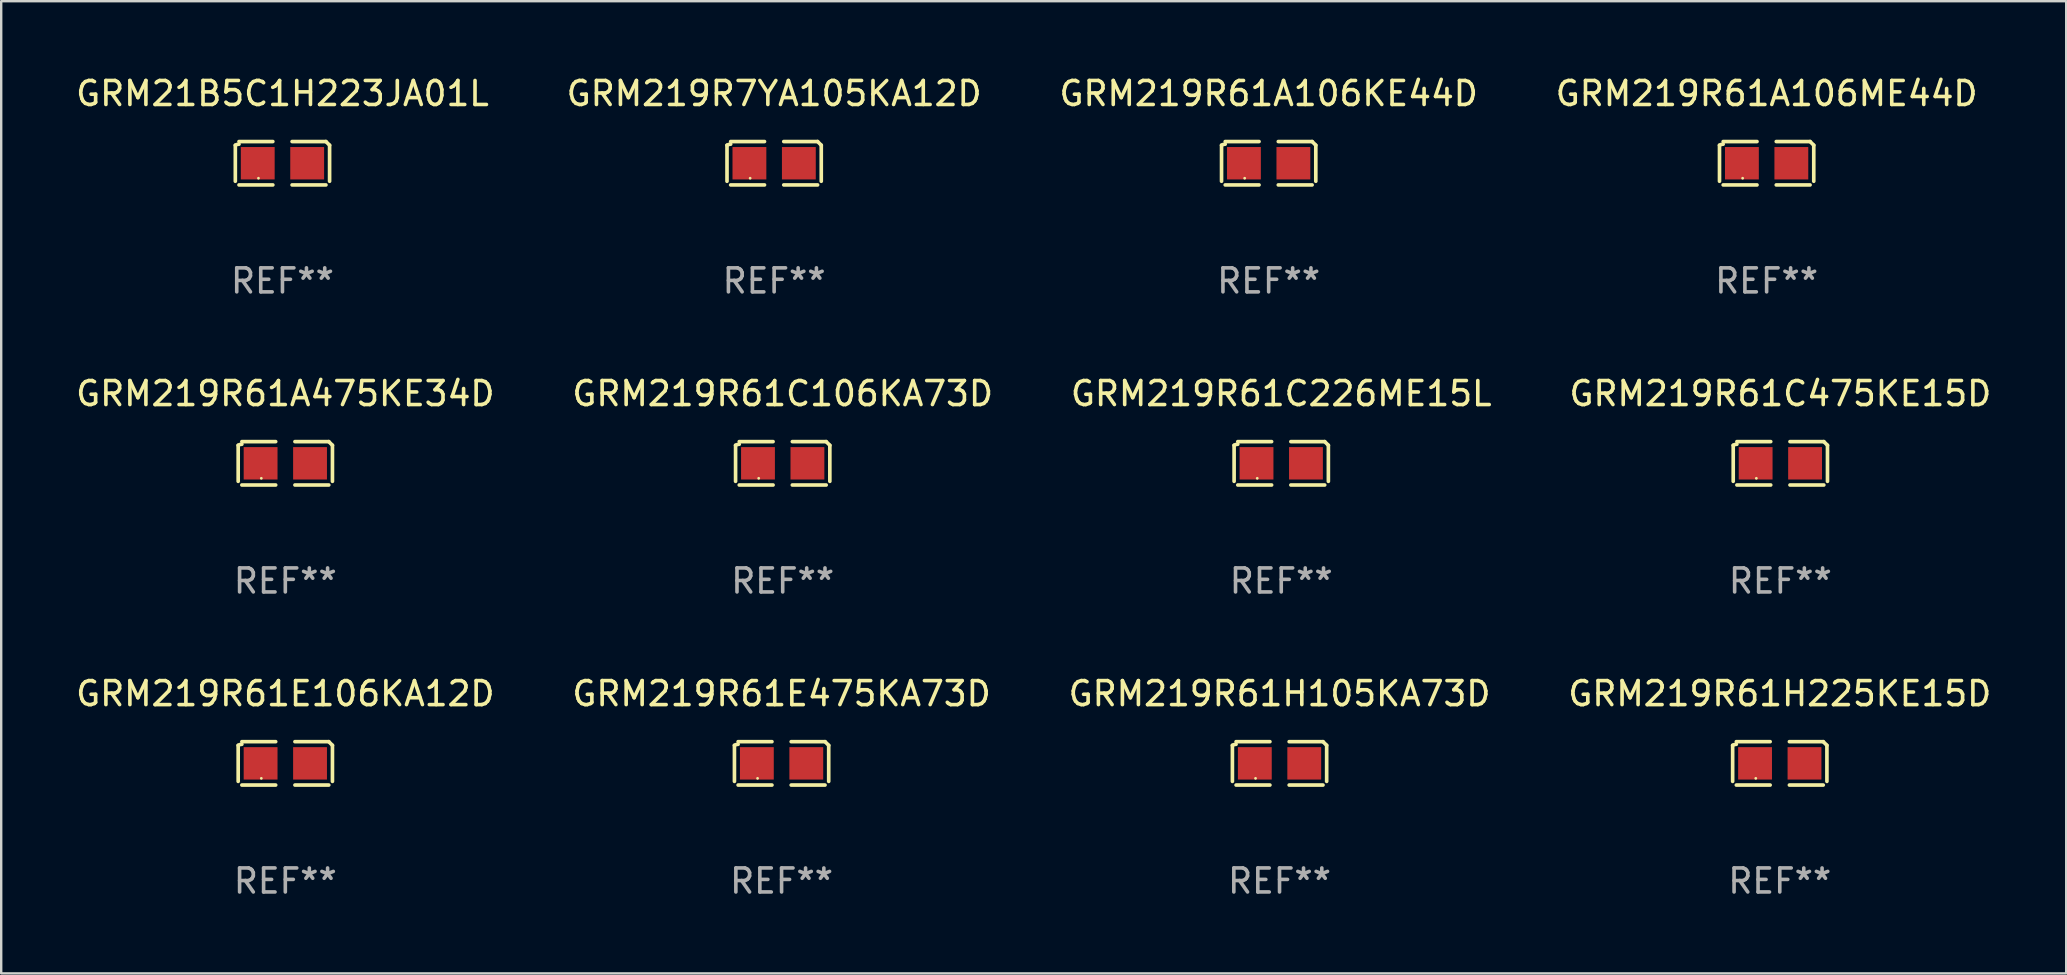
<source format=kicad_pcb>
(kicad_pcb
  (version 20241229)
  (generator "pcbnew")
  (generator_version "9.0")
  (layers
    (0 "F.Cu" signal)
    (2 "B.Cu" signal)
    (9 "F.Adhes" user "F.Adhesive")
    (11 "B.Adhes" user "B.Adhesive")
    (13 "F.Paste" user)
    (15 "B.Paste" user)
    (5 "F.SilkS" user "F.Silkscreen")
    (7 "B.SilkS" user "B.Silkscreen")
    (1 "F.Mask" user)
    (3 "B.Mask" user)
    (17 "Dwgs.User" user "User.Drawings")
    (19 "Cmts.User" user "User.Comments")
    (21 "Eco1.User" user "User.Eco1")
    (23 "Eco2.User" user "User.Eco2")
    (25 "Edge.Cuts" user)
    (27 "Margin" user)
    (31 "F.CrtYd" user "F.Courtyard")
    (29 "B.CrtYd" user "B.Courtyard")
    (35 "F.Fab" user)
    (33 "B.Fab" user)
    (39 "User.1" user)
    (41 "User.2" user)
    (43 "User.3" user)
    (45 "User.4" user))
  (footprint "GRM219R61C106KA73D"
    (layer "F.Cu")
    (at 29.565 16.256)
    (property "Reference" "GRM219R61C106KA73D" (at 0 -2.904 0) (layer "F.SilkS") (effects (font (size 1 1) (thickness 0.15))))
    (attr through_hole)
    (fp_line (start -1.964 0.751) (end -1.964 -0.751) (stroke (width 0.152) (type solid)) (layer "F.SilkS"))
    (fp_line (start -1.811 -0.904) (end -0.401 -0.904) (stroke (width 0.152) (type solid)) (layer "F.SilkS"))
    (fp_line (start -0.401 0.904) (end -1.811 0.904) (stroke (width 0.152) (type solid)) (layer "F.SilkS"))
    (fp_line (start 0.401 0.904) (end 1.811 0.904) (stroke (width 0.152) (type solid)) (layer "F.SilkS"))
    (fp_line (start 1.811 -0.904) (end 0.401 -0.904) (stroke (width 0.152) (type solid)) (layer "F.SilkS"))
    (fp_line (start 1.964 0.751) (end 1.964 -0.751) (stroke (width 0.152) (type solid)) (layer "F.SilkS"))
    (fp_arc (start -1.963602 -0.751207) (mid -1.890354 -0.783131) (end -1.811201 -0.794044) (stroke (width 0.1524) (type solid)) (layer "F.SilkS"))
    (fp_arc (start 1.811202 -0.903607) (mid 1.887413 -0.827418) (end 1.963602 -0.751207) (stroke (width 0.1524) (type solid)) (layer "F.SilkS"))
    (fp_circle (center -1 0.625) (end -0.97 0.625) (stroke (width 0.06) (type solid)) (fill no) (layer "F.SilkS"))
    (fp_text user "REF**" (at 0 4.904 0) (layer "F.Fab") (effects (font (size 1 1) (thickness 0.15))))
    (pad "1" smd rect (at -1.03 0) (size 1.41 1.35) (layers "F.Cu" "F.Mask" "F.Paste"))
    (pad "2" smd rect (at 1.03 0) (size 1.41 1.35) (layers "F.Cu" "F.Mask" "F.Paste")))
  (footprint "GRM219R61A106ME44D"
    (layer "F.Cu")
    (at 70.565 3.752)
    (property "Reference" "GRM219R61A106ME44D" (at 0 -2.904 0) (layer "F.SilkS") (effects (font (size 1 1) (thickness 0.15))))
    (attr through_hole)
    (fp_line (start -1.964 0.751) (end -1.964 -0.751) (stroke (width 0.152) (type solid)) (layer "F.SilkS"))
    (fp_line (start -1.811 -0.904) (end -0.401 -0.904) (stroke (width 0.152) (type solid)) (layer "F.SilkS"))
    (fp_line (start -0.401 0.904) (end -1.811 0.904) (stroke (width 0.152) (type solid)) (layer "F.SilkS"))
    (fp_line (start 0.401 0.904) (end 1.811 0.904) (stroke (width 0.152) (type solid)) (layer "F.SilkS"))
    (fp_line (start 1.811 -0.904) (end 0.401 -0.904) (stroke (width 0.152) (type solid)) (layer "F.SilkS"))
    (fp_line (start 1.964 0.751) (end 1.964 -0.751) (stroke (width 0.152) (type solid)) (layer "F.SilkS"))
    (fp_arc (start -1.963602 -0.751207) (mid -1.890354 -0.783131) (end -1.811201 -0.794044) (stroke (width 0.1524) (type solid)) (layer "F.SilkS"))
    (fp_arc (start 1.811202 -0.903607) (mid 1.887413 -0.827418) (end 1.963602 -0.751207) (stroke (width 0.1524) (type solid)) (layer "F.SilkS"))
    (fp_circle (center -1 0.625) (end -0.97 0.625) (stroke (width 0.06) (type solid)) (fill no) (layer "F.SilkS"))
    (fp_text user "REF**" (at 0 4.904 0) (layer "F.Fab") (effects (font (size 1 1) (thickness 0.15))))
    (pad "1" smd rect (at -1.03 0) (size 1.41 1.35) (layers "F.Cu" "F.Mask" "F.Paste"))
    (pad "2" smd rect (at 1.03 0) (size 1.41 1.35) (layers "F.Cu" "F.Mask" "F.Paste")))
  (footprint "GRM219R61H225KE15D"
    (layer "F.Cu")
    (at 71.113 28.759)
    (property "Reference" "GRM219R61H225KE15D" (at 0 -2.904 0) (layer "F.SilkS") (effects (font (size 1 1) (thickness 0.15))))
    (attr through_hole)
    (fp_line (start -1.964 0.751) (end -1.964 -0.751) (stroke (width 0.152) (type solid)) (layer "F.SilkS"))
    (fp_line (start -1.811 -0.904) (end -0.401 -0.904) (stroke (width 0.152) (type solid)) (layer "F.SilkS"))
    (fp_line (start -0.401 0.904) (end -1.811 0.904) (stroke (width 0.152) (type solid)) (layer "F.SilkS"))
    (fp_line (start 0.401 0.904) (end 1.811 0.904) (stroke (width 0.152) (type solid)) (layer "F.SilkS"))
    (fp_line (start 1.811 -0.904) (end 0.401 -0.904) (stroke (width 0.152) (type solid)) (layer "F.SilkS"))
    (fp_line (start 1.964 0.751) (end 1.964 -0.751) (stroke (width 0.152) (type solid)) (layer "F.SilkS"))
    (fp_arc (start -1.963602 -0.751207) (mid -1.890354 -0.783131) (end -1.811201 -0.794044) (stroke (width 0.1524) (type solid)) (layer "F.SilkS"))
    (fp_arc (start 1.811202 -0.903607) (mid 1.887413 -0.827418) (end 1.963602 -0.751207) (stroke (width 0.1524) (type solid)) (layer "F.SilkS"))
    (fp_circle (center -1 0.625) (end -0.97 0.625) (stroke (width 0.06) (type solid)) (fill no) (layer "F.SilkS"))
    (fp_text user "REF**" (at 0 4.904 0) (layer "F.Fab") (effects (font (size 1 1) (thickness 0.15))))
    (pad "1" smd rect (at -1.03 0) (size 1.41 1.35) (layers "F.Cu" "F.Mask" "F.Paste"))
    (pad "2" smd rect (at 1.03 0) (size 1.41 1.35) (layers "F.Cu" "F.Mask" "F.Paste")))
  (footprint "GRM219R61A106KE44D"
    (layer "F.Cu")
    (at 49.815 3.752)
    (property "Reference" "GRM219R61A106KE44D" (at 0 -2.904 0) (layer "F.SilkS") (effects (font (size 1 1) (thickness 0.15))))
    (attr through_hole)
    (fp_line (start -1.964 0.751) (end -1.964 -0.751) (stroke (width 0.152) (type solid)) (layer "F.SilkS"))
    (fp_line (start -1.811 -0.904) (end -0.401 -0.904) (stroke (width 0.152) (type solid)) (layer "F.SilkS"))
    (fp_line (start -0.401 0.904) (end -1.811 0.904) (stroke (width 0.152) (type solid)) (layer "F.SilkS"))
    (fp_line (start 0.401 0.904) (end 1.811 0.904) (stroke (width 0.152) (type solid)) (layer "F.SilkS"))
    (fp_line (start 1.811 -0.904) (end 0.401 -0.904) (stroke (width 0.152) (type solid)) (layer "F.SilkS"))
    (fp_line (start 1.964 0.751) (end 1.964 -0.751) (stroke (width 0.152) (type solid)) (layer "F.SilkS"))
    (fp_arc (start -1.963602 -0.751207) (mid -1.890354 -0.783131) (end -1.811201 -0.794044) (stroke (width 0.1524) (type solid)) (layer "F.SilkS"))
    (fp_arc (start 1.811202 -0.903607) (mid 1.887413 -0.827418) (end 1.963602 -0.751207) (stroke (width 0.1524) (type solid)) (layer "F.SilkS"))
    (fp_circle (center -1 0.625) (end -0.97 0.625) (stroke (width 0.06) (type solid)) (fill no) (layer "F.SilkS"))
    (fp_text user "REF**" (at 0 4.904 0) (layer "F.Fab") (effects (font (size 1 1) (thickness 0.15))))
    (pad "1" smd rect (at -1.03 0) (size 1.41 1.35) (layers "F.Cu" "F.Mask" "F.Paste"))
    (pad "2" smd rect (at 1.03 0) (size 1.41 1.35) (layers "F.Cu" "F.Mask" "F.Paste")))
  (footprint "GRM219R61E106KA12D"
    (layer "F.Cu")
    (at 8.839 28.759)
    (property "Reference" "GRM219R61E106KA12D" (at 0 -2.904 0) (layer "F.SilkS") (effects (font (size 1 1) (thickness 0.15))))
    (attr through_hole)
    (fp_line (start -1.964 0.751) (end -1.964 -0.751) (stroke (width 0.152) (type solid)) (layer "F.SilkS"))
    (fp_line (start -1.811 -0.904) (end -0.401 -0.904) (stroke (width 0.152) (type solid)) (layer "F.SilkS"))
    (fp_line (start -0.401 0.904) (end -1.811 0.904) (stroke (width 0.152) (type solid)) (layer "F.SilkS"))
    (fp_line (start 0.401 0.904) (end 1.811 0.904) (stroke (width 0.152) (type solid)) (layer "F.SilkS"))
    (fp_line (start 1.811 -0.904) (end 0.401 -0.904) (stroke (width 0.152) (type solid)) (layer "F.SilkS"))
    (fp_line (start 1.964 0.751) (end 1.964 -0.751) (stroke (width 0.152) (type solid)) (layer "F.SilkS"))
    (fp_arc (start -1.963602 -0.751207) (mid -1.890354 -0.783131) (end -1.811201 -0.794044) (stroke (width 0.1524) (type solid)) (layer "F.SilkS"))
    (fp_arc (start 1.811202 -0.903607) (mid 1.887413 -0.827418) (end 1.963602 -0.751207) (stroke (width 0.1524) (type solid)) (layer "F.SilkS"))
    (fp_circle (center -1 0.625) (end -0.97 0.625) (stroke (width 0.06) (type solid)) (fill no) (layer "F.SilkS"))
    (fp_text user "REF**" (at 0 4.904 0) (layer "F.Fab") (effects (font (size 1 1) (thickness 0.15))))
    (pad "1" smd rect (at -1.03 0) (size 1.41 1.35) (layers "F.Cu" "F.Mask" "F.Paste"))
    (pad "2" smd rect (at 1.03 0) (size 1.41 1.35) (layers "F.Cu" "F.Mask" "F.Paste")))
  (footprint "GRM219R61H105KA73D"
    (layer "F.Cu")
    (at 50.268 28.759)
    (property "Reference" "GRM219R61H105KA73D" (at 0 -2.904 0) (layer "F.SilkS") (effects (font (size 1 1) (thickness 0.15))))
    (attr through_hole)
    (fp_line (start -1.964 0.751) (end -1.964 -0.751) (stroke (width 0.152) (type solid)) (layer "F.SilkS"))
    (fp_line (start -1.811 -0.904) (end -0.401 -0.904) (stroke (width 0.152) (type solid)) (layer "F.SilkS"))
    (fp_line (start -0.401 0.904) (end -1.811 0.904) (stroke (width 0.152) (type solid)) (layer "F.SilkS"))
    (fp_line (start 0.401 0.904) (end 1.811 0.904) (stroke (width 0.152) (type solid)) (layer "F.SilkS"))
    (fp_line (start 1.811 -0.904) (end 0.401 -0.904) (stroke (width 0.152) (type solid)) (layer "F.SilkS"))
    (fp_line (start 1.964 0.751) (end 1.964 -0.751) (stroke (width 0.152) (type solid)) (layer "F.SilkS"))
    (fp_arc (start -1.963602 -0.751207) (mid -1.890354 -0.783131) (end -1.811201 -0.794044) (stroke (width 0.1524) (type solid)) (layer "F.SilkS"))
    (fp_arc (start 1.811202 -0.903607) (mid 1.887413 -0.827418) (end 1.963602 -0.751207) (stroke (width 0.1524) (type solid)) (layer "F.SilkS"))
    (fp_circle (center -1 0.625) (end -0.97 0.625) (stroke (width 0.06) (type solid)) (fill no) (layer "F.SilkS"))
    (fp_text user "REF**" (at 0 4.904 0) (layer "F.Fab") (effects (font (size 1 1) (thickness 0.15))))
    (pad "1" smd rect (at -1.03 0) (size 1.41 1.35) (layers "F.Cu" "F.Mask" "F.Paste"))
    (pad "2" smd rect (at 1.03 0) (size 1.41 1.35) (layers "F.Cu" "F.Mask" "F.Paste")))
  (footprint "GRM219R61A475KE34D"
    (layer "F.Cu")
    (at 8.839 16.256)
    (property "Reference" "GRM219R61A475KE34D" (at 0 -2.904 0) (layer "F.SilkS") (effects (font (size 1 1) (thickness 0.15))))
    (attr through_hole)
    (fp_line (start -1.964 0.751) (end -1.964 -0.751) (stroke (width 0.152) (type solid)) (layer "F.SilkS"))
    (fp_line (start -1.811 -0.904) (end -0.401 -0.904) (stroke (width 0.152) (type solid)) (layer "F.SilkS"))
    (fp_line (start -0.401 0.904) (end -1.811 0.904) (stroke (width 0.152) (type solid)) (layer "F.SilkS"))
    (fp_line (start 0.401 0.904) (end 1.811 0.904) (stroke (width 0.152) (type solid)) (layer "F.SilkS"))
    (fp_line (start 1.811 -0.904) (end 0.401 -0.904) (stroke (width 0.152) (type solid)) (layer "F.SilkS"))
    (fp_line (start 1.964 0.751) (end 1.964 -0.751) (stroke (width 0.152) (type solid)) (layer "F.SilkS"))
    (fp_arc (start -1.963602 -0.751207) (mid -1.890354 -0.783131) (end -1.811201 -0.794044) (stroke (width 0.1524) (type solid)) (layer "F.SilkS"))
    (fp_arc (start 1.811202 -0.903607) (mid 1.887413 -0.827418) (end 1.963602 -0.751207) (stroke (width 0.1524) (type solid)) (layer "F.SilkS"))
    (fp_circle (center -1 0.625) (end -0.97 0.625) (stroke (width 0.06) (type solid)) (fill no) (layer "F.SilkS"))
    (fp_text user "REF**" (at 0 4.904 0) (layer "F.Fab") (effects (font (size 1 1) (thickness 0.15))))
    (pad "1" smd rect (at -1.03 0) (size 1.41 1.35) (layers "F.Cu" "F.Mask" "F.Paste"))
    (pad "2" smd rect (at 1.03 0) (size 1.41 1.35) (layers "F.Cu" "F.Mask" "F.Paste")))
  (footprint "GRM219R61C226ME15L"
    (layer "F.Cu")
    (at 50.339 16.256)
    (property "Reference" "GRM219R61C226ME15L" (at 0 -2.904 0) (layer "F.SilkS") (effects (font (size 1 1) (thickness 0.15))))
    (attr through_hole)
    (fp_line (start -1.964 0.751) (end -1.964 -0.751) (stroke (width 0.152) (type solid)) (layer "F.SilkS"))
    (fp_line (start -1.811 -0.904) (end -0.401 -0.904) (stroke (width 0.152) (type solid)) (layer "F.SilkS"))
    (fp_line (start -0.401 0.904) (end -1.811 0.904) (stroke (width 0.152) (type solid)) (layer "F.SilkS"))
    (fp_line (start 0.401 0.904) (end 1.811 0.904) (stroke (width 0.152) (type solid)) (layer "F.SilkS"))
    (fp_line (start 1.811 -0.904) (end 0.401 -0.904) (stroke (width 0.152) (type solid)) (layer "F.SilkS"))
    (fp_line (start 1.964 0.751) (end 1.964 -0.751) (stroke (width 0.152) (type solid)) (layer "F.SilkS"))
    (fp_arc (start -1.963602 -0.751207) (mid -1.890354 -0.783131) (end -1.811201 -0.794044) (stroke (width 0.1524) (type solid)) (layer "F.SilkS"))
    (fp_arc (start 1.811202 -0.903607) (mid 1.887413 -0.827418) (end 1.963602 -0.751207) (stroke (width 0.1524) (type solid)) (layer "F.SilkS"))
    (fp_circle (center -1 0.625) (end -0.97 0.625) (stroke (width 0.06) (type solid)) (fill no) (layer "F.SilkS"))
    (fp_text user "REF**" (at 0 4.904 0) (layer "F.Fab") (effects (font (size 1 1) (thickness 0.15))))
    (pad "1" smd rect (at -1.03 0) (size 1.41 1.35) (layers "F.Cu" "F.Mask" "F.Paste"))
    (pad "2" smd rect (at 1.03 0) (size 1.41 1.35) (layers "F.Cu" "F.Mask" "F.Paste")))
  (footprint "GRM21B5C1H223JA01L"
    (layer "F.Cu")
    (at 8.72 3.752)
    (property "Reference" "GRM21B5C1H223JA01L" (at 0 -2.904 0) (layer "F.SilkS") (effects (font (size 1 1) (thickness 0.15))))
    (attr through_hole)
    (fp_line (start -1.964 0.751) (end -1.964 -0.751) (stroke (width 0.152) (type solid)) (layer "F.SilkS"))
    (fp_line (start -1.811 -0.904) (end -0.401 -0.904) (stroke (width 0.152) (type solid)) (layer "F.SilkS"))
    (fp_line (start -0.401 0.904) (end -1.811 0.904) (stroke (width 0.152) (type solid)) (layer "F.SilkS"))
    (fp_line (start 0.401 0.904) (end 1.811 0.904) (stroke (width 0.152) (type solid)) (layer "F.SilkS"))
    (fp_line (start 1.811 -0.904) (end 0.401 -0.904) (stroke (width 0.152) (type solid)) (layer "F.SilkS"))
    (fp_line (start 1.964 0.751) (end 1.964 -0.751) (stroke (width 0.152) (type solid)) (layer "F.SilkS"))
    (fp_arc (start -1.963602 -0.751207) (mid -1.890354 -0.783131) (end -1.811201 -0.794044) (stroke (width 0.1524) (type solid)) (layer "F.SilkS"))
    (fp_arc (start 1.811202 -0.903607) (mid 1.887413 -0.827418) (end 1.963602 -0.751207) (stroke (width 0.1524) (type solid)) (layer "F.SilkS"))
    (fp_circle (center -1 0.625) (end -0.97 0.625) (stroke (width 0.06) (type solid)) (fill no) (layer "F.SilkS"))
    (fp_text user "REF**" (at 0 4.904 0) (layer "F.Fab") (effects (font (size 1 1) (thickness 0.15))))
    (pad "1" smd rect (at -1.03 0) (size 1.41 1.35) (layers "F.Cu" "F.Mask" "F.Paste"))
    (pad "2" smd rect (at 1.03 0) (size 1.41 1.35) (layers "F.Cu" "F.Mask" "F.Paste")))
  (footprint "GRM219R61C475KE15D"
    (layer "F.Cu")
    (at 71.137 16.256)
    (property "Reference" "GRM219R61C475KE15D" (at 0 -2.904 0) (layer "F.SilkS") (effects (font (size 1 1) (thickness 0.15))))
    (attr through_hole)
    (fp_line (start -1.964 0.751) (end -1.964 -0.751) (stroke (width 0.152) (type solid)) (layer "F.SilkS"))
    (fp_line (start -1.811 -0.904) (end -0.401 -0.904) (stroke (width 0.152) (type solid)) (layer "F.SilkS"))
    (fp_line (start -0.401 0.904) (end -1.811 0.904) (stroke (width 0.152) (type solid)) (layer "F.SilkS"))
    (fp_line (start 0.401 0.904) (end 1.811 0.904) (stroke (width 0.152) (type solid)) (layer "F.SilkS"))
    (fp_line (start 1.811 -0.904) (end 0.401 -0.904) (stroke (width 0.152) (type solid)) (layer "F.SilkS"))
    (fp_line (start 1.964 0.751) (end 1.964 -0.751) (stroke (width 0.152) (type solid)) (layer "F.SilkS"))
    (fp_arc (start -1.963602 -0.751207) (mid -1.890354 -0.783131) (end -1.811201 -0.794044) (stroke (width 0.1524) (type solid)) (layer "F.SilkS"))
    (fp_arc (start 1.811202 -0.903607) (mid 1.887413 -0.827418) (end 1.963602 -0.751207) (stroke (width 0.1524) (type solid)) (layer "F.SilkS"))
    (fp_circle (center -1 0.625) (end -0.97 0.625) (stroke (width 0.06) (type solid)) (fill no) (layer "F.SilkS"))
    (fp_text user "REF**" (at 0 4.904 0) (layer "F.Fab") (effects (font (size 1 1) (thickness 0.15))))
    (pad "1" smd rect (at -1.03 0) (size 1.41 1.35) (layers "F.Cu" "F.Mask" "F.Paste"))
    (pad "2" smd rect (at 1.03 0) (size 1.41 1.35) (layers "F.Cu" "F.Mask" "F.Paste")))
  (footprint "GRM219R61E475KA73D"
    (layer "F.Cu")
    (at 29.518 28.759)
    (property "Reference" "GRM219R61E475KA73D" (at 0 -2.904 0) (layer "F.SilkS") (effects (font (size 1 1) (thickness 0.15))))
    (attr through_hole)
    (fp_line (start -1.964 0.751) (end -1.964 -0.751) (stroke (width 0.152) (type solid)) (layer "F.SilkS"))
    (fp_line (start -1.811 -0.904) (end -0.401 -0.904) (stroke (width 0.152) (type solid)) (layer "F.SilkS"))
    (fp_line (start -0.401 0.904) (end -1.811 0.904) (stroke (width 0.152) (type solid)) (layer "F.SilkS"))
    (fp_line (start 0.401 0.904) (end 1.811 0.904) (stroke (width 0.152) (type solid)) (layer "F.SilkS"))
    (fp_line (start 1.811 -0.904) (end 0.401 -0.904) (stroke (width 0.152) (type solid)) (layer "F.SilkS"))
    (fp_line (start 1.964 0.751) (end 1.964 -0.751) (stroke (width 0.152) (type solid)) (layer "F.SilkS"))
    (fp_arc (start -1.963602 -0.751207) (mid -1.890354 -0.783131) (end -1.811201 -0.794044) (stroke (width 0.1524) (type solid)) (layer "F.SilkS"))
    (fp_arc (start 1.811202 -0.903607) (mid 1.887413 -0.827418) (end 1.963602 -0.751207) (stroke (width 0.1524) (type solid)) (layer "F.SilkS"))
    (fp_circle (center -1 0.625) (end -0.97 0.625) (stroke (width 0.06) (type solid)) (fill no) (layer "F.SilkS"))
    (fp_text user "REF**" (at 0 4.904 0) (layer "F.Fab") (effects (font (size 1 1) (thickness 0.15))))
    (pad "1" smd rect (at -1.03 0) (size 1.41 1.35) (layers "F.Cu" "F.Mask" "F.Paste"))
    (pad "2" smd rect (at 1.03 0) (size 1.41 1.35) (layers "F.Cu" "F.Mask" "F.Paste")))
  (footprint "GRM219R7YA105KA12D"
    (layer "F.Cu")
    (at 29.208 3.752)
    (property "Reference" "GRM219R7YA105KA12D" (at 0 -2.904 0) (layer "F.SilkS") (effects (font (size 1 1) (thickness 0.15))))
    (attr through_hole)
    (fp_line (start -1.964 0.751) (end -1.964 -0.751) (stroke (width 0.152) (type solid)) (layer "F.SilkS"))
    (fp_line (start -1.811 -0.904) (end -0.401 -0.904) (stroke (width 0.152) (type solid)) (layer "F.SilkS"))
    (fp_line (start -0.401 0.904) (end -1.811 0.904) (stroke (width 0.152) (type solid)) (layer "F.SilkS"))
    (fp_line (start 0.401 0.904) (end 1.811 0.904) (stroke (width 0.152) (type solid)) (layer "F.SilkS"))
    (fp_line (start 1.811 -0.904) (end 0.401 -0.904) (stroke (width 0.152) (type solid)) (layer "F.SilkS"))
    (fp_line (start 1.964 0.751) (end 1.964 -0.751) (stroke (width 0.152) (type solid)) (layer "F.SilkS"))
    (fp_arc (start -1.963602 -0.751207) (mid -1.890354 -0.783131) (end -1.811201 -0.794044) (stroke (width 0.1524) (type solid)) (layer "F.SilkS"))
    (fp_arc (start 1.811202 -0.903607) (mid 1.887413 -0.827418) (end 1.963602 -0.751207) (stroke (width 0.1524) (type solid)) (layer "F.SilkS"))
    (fp_circle (center -1 0.625) (end -0.97 0.625) (stroke (width 0.06) (type solid)) (fill no) (layer "F.SilkS"))
    (fp_text user "REF**" (at 0 4.904 0) (layer "F.Fab") (effects (font (size 1 1) (thickness 0.15))))
    (pad "1" smd rect (at -1.03 0) (size 1.41 1.35) (layers "F.Cu" "F.Mask" "F.Paste"))
    (pad "2" smd rect (at 1.03 0) (size 1.41 1.35) (layers "F.Cu" "F.Mask" "F.Paste")))
  (gr_rect
    (start -3 -3)
    (end 83.048 37.511)
    (stroke (width 0.1) (type default))
    (fill no)
    (layer "Edge.Cuts")))
</source>
